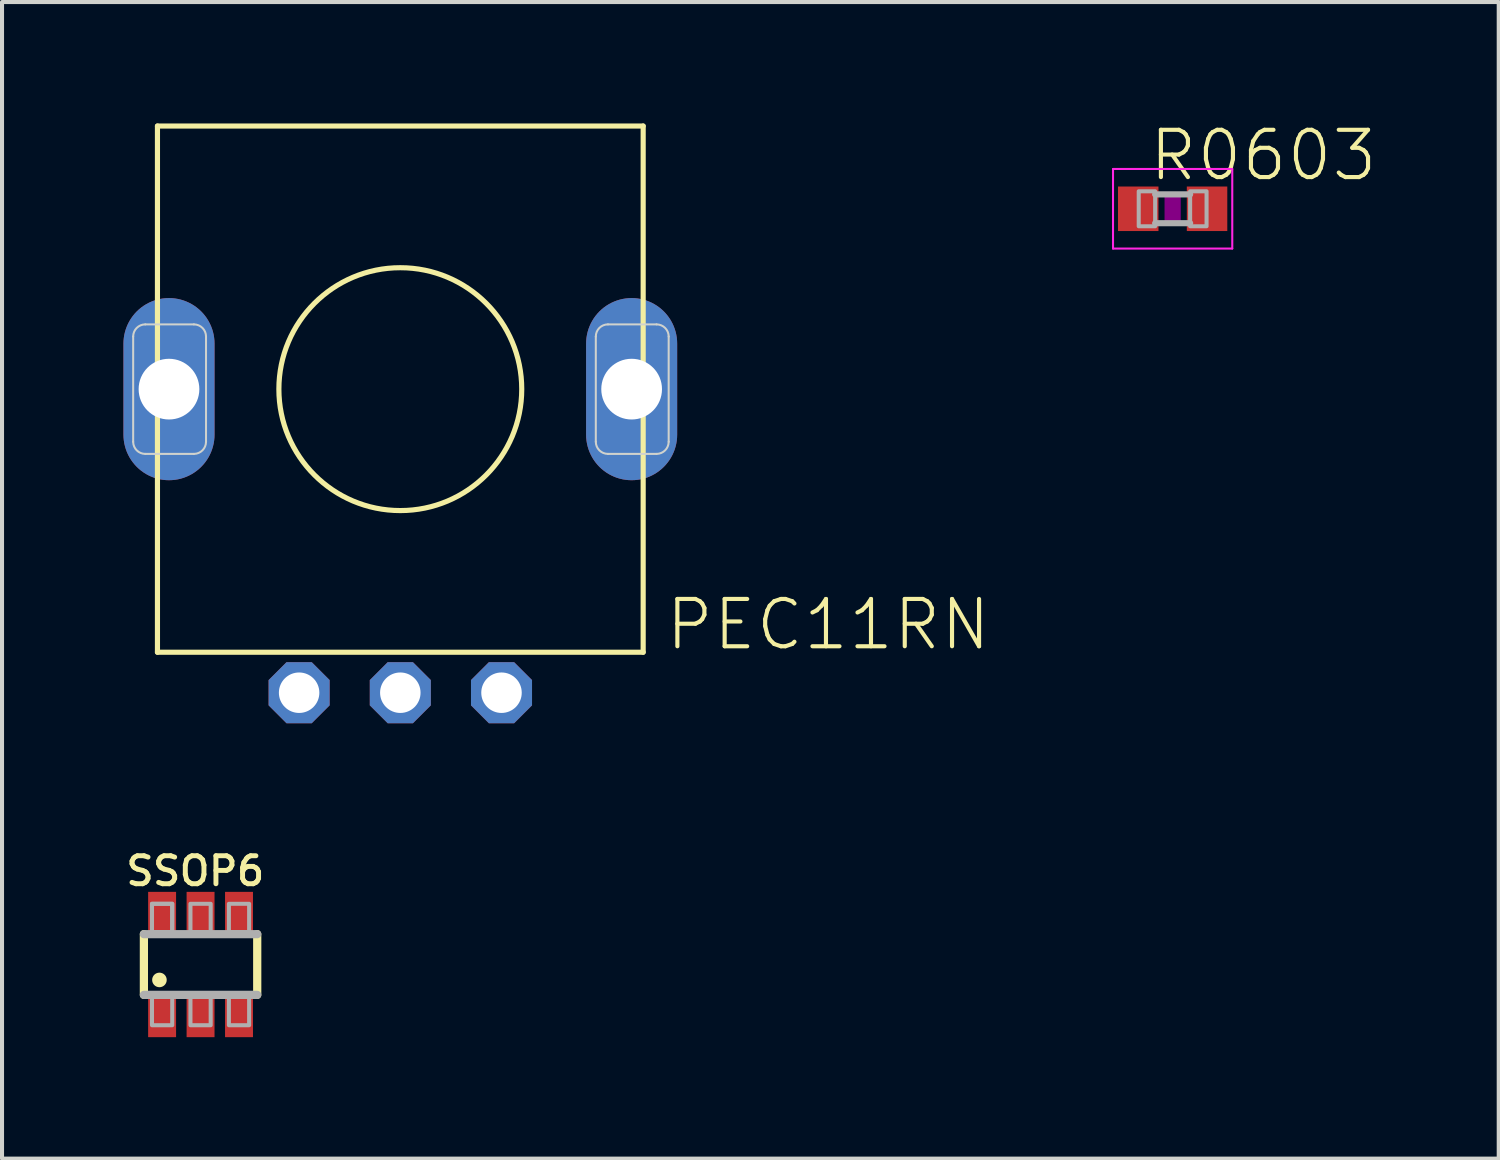
<source format=kicad_pcb>
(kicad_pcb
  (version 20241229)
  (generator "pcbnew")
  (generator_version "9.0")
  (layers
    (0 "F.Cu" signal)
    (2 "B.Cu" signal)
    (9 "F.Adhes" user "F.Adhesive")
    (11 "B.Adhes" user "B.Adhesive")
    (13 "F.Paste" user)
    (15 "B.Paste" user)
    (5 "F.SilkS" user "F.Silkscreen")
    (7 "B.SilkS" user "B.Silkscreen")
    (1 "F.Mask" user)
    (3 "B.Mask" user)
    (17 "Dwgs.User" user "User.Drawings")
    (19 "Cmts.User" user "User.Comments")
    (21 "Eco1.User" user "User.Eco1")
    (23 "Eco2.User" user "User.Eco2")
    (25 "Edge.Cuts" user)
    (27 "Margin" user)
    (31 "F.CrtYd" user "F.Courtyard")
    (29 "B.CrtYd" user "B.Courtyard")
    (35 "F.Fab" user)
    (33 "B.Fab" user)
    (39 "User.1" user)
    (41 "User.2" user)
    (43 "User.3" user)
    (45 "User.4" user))
  (footprint "SSOP6"
    (layer "F.Cu")
    (at 1.905 20.779)
    (property "Reference" "SSOP6" (at -1.905 -1.905 0) (layer "F.SilkS") (effects (font (size 0.691 0.691) (thickness 0.122)) (justify left bottom)))
    (fp_line (start -1.4 0.75) (end -1.4 -0.75) (stroke (width 0.203) (type solid)) (layer "F.SilkS"))
    (fp_line (start 1.4 -0.75) (end 1.4 0.75) (stroke (width 0.203) (type solid)) (layer "F.SilkS"))
    (fp_circle (center -1.016 0.381) (end -0.926 0.381) (stroke (width 0.18) (type solid)) (fill yes) (layer "F.SilkS"))
    (fp_line (start -1.4 -0.75) (end 1.4 -0.75) (stroke (width 0.203) (type solid)) (layer "F.Fab"))
    (fp_line (start 1.4 0.75) (end -1.4 0.75) (stroke (width 0.203) (type solid)) (layer "F.Fab"))
    (fp_poly (pts (xy -1.2 1.5) (xy -0.7 1.5) (xy -0.7 0.8) (xy -1.2 0.8)) (stroke (width 0.1) (type solid)) (fill no) (layer "F.Fab"))
    (fp_poly (pts (xy -0.7 -1.5) (xy -1.2 -1.5) (xy -1.2 -0.8) (xy -0.7 -0.8)) (stroke (width 0.1) (type solid)) (fill no) (layer "F.Fab"))
    (fp_poly (pts (xy -0.7 -1.5) (xy -1.2 -1.5) (xy -1.2 -0.8) (xy -0.7 -0.8)) (stroke (width 0.1) (type solid)) (fill no) (layer "F.Fab"))
    (fp_poly (pts (xy -0.25 1.5) (xy 0.25 1.5) (xy 0.25 0.8) (xy -0.25 0.8)) (stroke (width 0.1) (type solid)) (fill no) (layer "F.Fab"))
    (fp_poly (pts (xy 0.25 -1.5) (xy -0.25 -1.5) (xy -0.25 -0.8) (xy 0.25 -0.8)) (stroke (width 0.1) (type solid)) (fill no) (layer "F.Fab"))
    (fp_poly (pts (xy 0.7 1.5) (xy 1.2 1.5) (xy 1.2 0.8) (xy 0.7 0.8)) (stroke (width 0.1) (type solid)) (fill no) (layer "F.Fab"))
    (fp_poly (pts (xy 1.2 -1.5) (xy 0.7 -1.5) (xy 0.7 -0.8) (xy 1.2 -0.8)) (stroke (width 0.1) (type solid)) (fill no) (layer "F.Fab"))
    (pad "1" smd rect (at -0.95 1.3) (size 0.69 0.99) (layers "F.Cu" "F.Mask" "F.Paste"))
    (pad "2" smd rect (at 0 1.3) (size 0.69 0.99) (layers "F.Cu" "F.Mask" "F.Paste"))
    (pad "3" smd rect (at 0.95 1.3) (size 0.69 0.99) (layers "F.Cu" "F.Mask" "F.Paste"))
    (pad "4" smd rect (at 0.95 -1.3 180) (size 0.69 0.99) (layers "F.Cu" "F.Mask" "F.Paste"))
    (pad "5" smd rect (at 0 -1.3 180) (size 0.69 0.99) (layers "F.Cu" "F.Mask" "F.Paste"))
    (pad "6" smd rect (at -0.95 -1.3) (size 0.69 0.99) (layers "F.Cu" "F.Mask" "F.Paste")))
  (footprint "PEC11RN"
    (layer "F.Cu")
    (at 6.84 6.564)
    (property "Reference" "PEC11RN" (at 6.5 6.5 0) (layer "F.SilkS") (effects (font (size 1.168 1.168) (thickness 0.102)) (justify left bottom)))
    (fp_line (start -6 -6.5) (end -6 6.5) (stroke (width 0.127) (type solid)) (layer "F.SilkS"))
    (fp_line (start -6 6.5) (end 6 6.5) (stroke (width 0.127) (type solid)) (layer "F.SilkS"))
    (fp_line (start 6 -6.5) (end -6 -6.5) (stroke (width 0.127) (type solid)) (layer "F.SilkS"))
    (fp_line (start 6 6.5) (end 6 -6.5) (stroke (width 0.127) (type solid)) (layer "F.SilkS"))
    (fp_circle (center 0 0) (end 3 0) (stroke (width 0.127) (type solid)) (fill no) (layer "F.SilkS"))
    (fp_line (start -6.6 1.3) (end -6.6 -1.3) (stroke (width 0.05) (type solid)) (layer "Edge.Cuts"))
    (fp_line (start -6.3 -1.6) (end -5.1 -1.6) (stroke (width 0.05) (type solid)) (layer "Edge.Cuts"))
    (fp_line (start -5.1 1.6) (end -6.3 1.6) (stroke (width 0.05) (type solid)) (layer "Edge.Cuts"))
    (fp_line (start -4.8 -1.3) (end -4.8 1.3) (stroke (width 0.05) (type solid)) (layer "Edge.Cuts"))
    (fp_line (start 4.83 1.3) (end 4.83 -1.3) (stroke (width 0.05) (type solid)) (layer "Edge.Cuts"))
    (fp_line (start 5.13 -1.6) (end 6.33 -1.6) (stroke (width 0.05) (type solid)) (layer "Edge.Cuts"))
    (fp_line (start 6.33 1.6) (end 5.13 1.6) (stroke (width 0.05) (type solid)) (layer "Edge.Cuts"))
    (fp_line (start 6.63 -1.3) (end 6.63 1.3) (stroke (width 0.05) (type solid)) (layer "Edge.Cuts"))
    (fp_arc (start -6.6 -1.3) (mid -6.512132 -1.512132) (end -6.3 -1.6) (stroke (width 0.05) (type solid)) (layer "Edge.Cuts"))
    (fp_arc (start -6.3 1.6) (mid -6.512132 1.512132) (end -6.6 1.3) (stroke (width 0.05) (type solid)) (layer "Edge.Cuts"))
    (fp_arc (start -5.1 -1.6) (mid -4.887868 -1.512132) (end -4.8 -1.3) (stroke (width 0.05) (type solid)) (layer "Edge.Cuts"))
    (fp_arc (start -4.8 1.3) (mid -4.887868 1.512132) (end -5.1 1.6) (stroke (width 0.05) (type solid)) (layer "Edge.Cuts"))
    (fp_arc (start 4.83 -1.3) (mid 4.917868 -1.512132) (end 5.13 -1.6) (stroke (width 0.05) (type solid)) (layer "Edge.Cuts"))
    (fp_arc (start 5.13 1.6) (mid 4.917868 1.512132) (end 4.83 1.3) (stroke (width 0.05) (type solid)) (layer "Edge.Cuts"))
    (fp_arc (start 6.33 -1.6) (mid 6.542132 -1.512132) (end 6.63 -1.3) (stroke (width 0.05) (type solid)) (layer "Edge.Cuts"))
    (fp_arc (start 6.63 1.3) (mid 6.542132 1.512132) (end 6.33 1.6) (stroke (width 0.05) (type solid)) (layer "Edge.Cuts"))
    (pad "A" thru_hole roundrect (at -2.5 7.5) (size 1.508 1.508) (drill 1) (layers "*.Cu" "*.Mask") (roundrect_rratio 0.25) (chamfer_ratio 0.293) (chamfer top_left top_right bottom_left bottom_right))
    (pad "B" thru_hole roundrect (at 2.5 7.5) (size 1.508 1.508) (drill 1) (layers "*.Cu" "*.Mask") (roundrect_rratio 0.25) (chamfer_ratio 0.293) (chamfer top_left top_right bottom_left bottom_right))
    (pad "GND" thru_hole roundrect (at 0 7.5) (size 1.508 1.508) (drill 1) (layers "*.Cu" "*.Mask") (roundrect_rratio 0.25) (chamfer_ratio 0.293) (chamfer top_left top_right bottom_left bottom_right))
    (pad "P$1" thru_hole oval (at -5.715 0 90) (size 4.5 2.25) (drill 1.5) (layers "*.Cu" "*.Mask"))
    (pad "P$2" thru_hole oval (at 5.715 0 90) (size 4.5 2.25) (drill 1.5) (layers "*.Cu" "*.Mask")))
  (footprint "R0603"
    (layer "F.Cu")
    (at 25.921 2.108)
    (property "Reference" "R0603" (at -0.635 -0.635 0) (layer "F.SilkS") (effects (font (size 1.168 1.168) (thickness 0.102)) (justify left bottom)))
    (fp_poly (pts (xy -0.2 0.4) (xy 0.2 0.4) (xy 0.2 -0.4) (xy -0.2 -0.4)) (stroke (width 0) (type solid)) (fill yes) (layer "F.Adhes"))
    (fp_line (start -1.473 -0.983) (end 1.473 -0.983) (stroke (width 0.051) (type solid)) (layer "F.CrtYd"))
    (fp_line (start -1.473 0.983) (end -1.473 -0.983) (stroke (width 0.051) (type solid)) (layer "F.CrtYd"))
    (fp_line (start 1.473 -0.983) (end 1.473 0.983) (stroke (width 0.051) (type solid)) (layer "F.CrtYd"))
    (fp_line (start 1.473 0.983) (end -1.473 0.983) (stroke (width 0.051) (type solid)) (layer "F.CrtYd"))
    (fp_line (start -0.432 0.356) (end 0.432 0.356) (stroke (width 0.152) (type solid)) (layer "F.Fab"))
    (fp_line (start 0.432 -0.356) (end -0.432 -0.356) (stroke (width 0.152) (type solid)) (layer "F.Fab"))
    (fp_poly (pts (xy -0.838 0.432) (xy -0.432 0.432) (xy -0.432 -0.432) (xy -0.838 -0.432)) (stroke (width 0.1) (type solid)) (fill no) (layer "F.Fab"))
    (fp_poly (pts (xy 0.432 0.432) (xy 0.838 0.432) (xy 0.838 -0.432) (xy 0.432 -0.432)) (stroke (width 0.1) (type solid)) (fill no) (layer "F.Fab"))
    (pad "1" smd rect (at -0.85 0) (size 1 1.1) (layers "F.Cu" "F.Mask" "F.Paste"))
    (pad "2" smd rect (at 0.85 0) (size 1 1.1) (layers "F.Cu" "F.Mask" "F.Paste")))
  (gr_rect
    (start -3 -3)
    (end 33.977 25.574)
    (stroke (width 0.1) (type default))
    (fill no)
    (layer "Edge.Cuts")))
</source>
